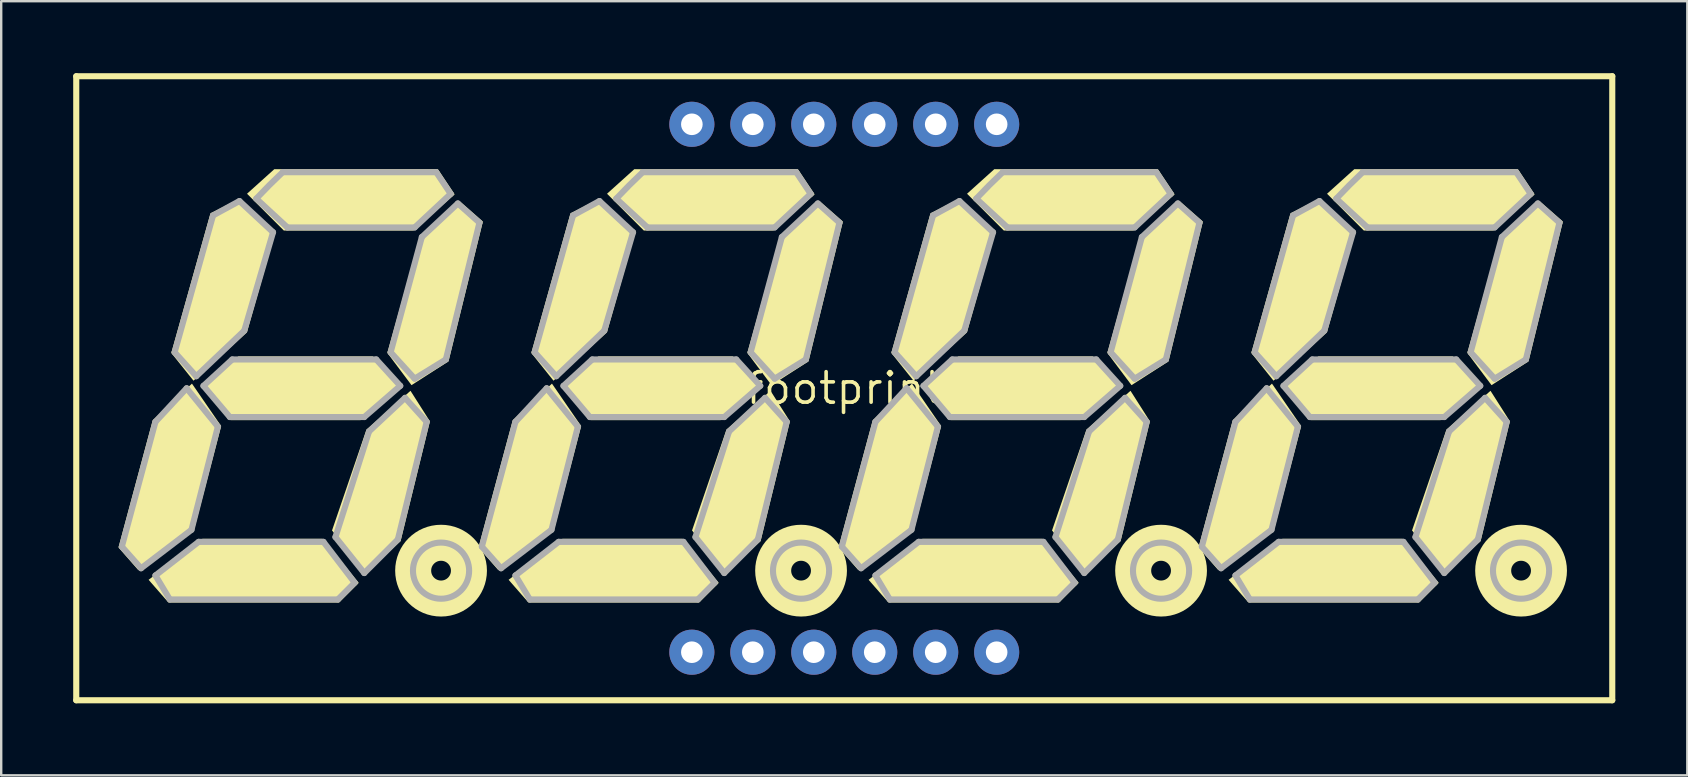
<source format=kicad_pcb>
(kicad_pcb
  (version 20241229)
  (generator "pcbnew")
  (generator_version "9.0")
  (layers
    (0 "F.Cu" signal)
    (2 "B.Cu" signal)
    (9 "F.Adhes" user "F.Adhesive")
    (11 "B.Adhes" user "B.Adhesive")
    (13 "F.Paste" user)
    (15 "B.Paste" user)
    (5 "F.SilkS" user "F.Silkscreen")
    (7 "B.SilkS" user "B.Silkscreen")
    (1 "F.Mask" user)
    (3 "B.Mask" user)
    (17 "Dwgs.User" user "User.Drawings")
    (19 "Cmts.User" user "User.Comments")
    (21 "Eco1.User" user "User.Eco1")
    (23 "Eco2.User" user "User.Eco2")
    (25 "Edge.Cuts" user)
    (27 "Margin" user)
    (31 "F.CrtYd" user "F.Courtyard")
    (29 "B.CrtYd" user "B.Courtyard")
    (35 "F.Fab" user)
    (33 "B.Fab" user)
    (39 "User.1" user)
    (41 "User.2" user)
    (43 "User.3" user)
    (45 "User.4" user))
  (footprint "footprint"
    (layer "F.Cu")
    (at 32.127 13.127)
    (property "Reference" "footprint" (at 0 0 0) (layer "F.SilkS") (effects (font (size 1.27 1.27) (thickness 0.15))))
    (fp_line (start -32 -13) (end 32 -13) (stroke (width 0.254) (type solid)) (layer "F.SilkS"))
    (fp_line (start -32 13) (end -32 -13) (stroke (width 0.254) (type solid)) (layer "F.SilkS"))
    (fp_line (start 32 -13) (end 32 13) (stroke (width 0.254) (type solid)) (layer "F.SilkS"))
    (fp_line (start 32 13) (end -32 13) (stroke (width 0.254) (type solid)) (layer "F.SilkS"))
    (fp_circle (center -16.8 7.6) (end -16.388 7.6) (stroke (width 1.5) (type solid)) (fill no) (layer "F.SilkS"))
    (fp_circle (center -1.8 7.6) (end -1.388 7.6) (stroke (width 1.5) (type solid)) (fill no) (layer "F.SilkS"))
    (fp_circle (center 13.2 7.6) (end 13.612 7.6) (stroke (width 1.5) (type solid)) (fill no) (layer "F.SilkS"))
    (fp_circle (center 28.2 7.6) (end 28.612 7.6) (stroke (width 1.5) (type solid)) (fill no) (layer "F.SilkS"))
    (fp_poly (pts (xy -25.962 1.576) (xy -27.089 5.876) (xy -29.419 7.571) (xy -30.24 6.633) (xy -28.813 1.332) (xy -27.179 -0.193)) (stroke (width 0) (type solid)) (fill yes) (layer "F.SilkS"))
    (fp_poly (pts (xy -23.758 -6.337) (xy -24.888 -2.33) (xy -27.115 -0.315) (xy -28.04 -1.472) (xy -26.407 -7.288) (xy -25.275 -7.855)) (stroke (width 0) (type solid)) (fill yes) (layer "F.SilkS"))
    (fp_poly (pts (xy -20.229 8.108) (xy -21.047 8.927) (xy -28.158 8.927) (xy -28.985 7.981) (xy -26.743 6.273) (xy -21.74 6.273)) (stroke (width 0) (type solid)) (fill yes) (layer "F.SilkS"))
    (fp_poly (pts (xy -18.519 -0.089) (xy -20.153 1.327) (xy -25.563 1.327) (xy -26.675 -0.119) (xy -25.247 -1.327) (xy -19.644 -1.327)) (stroke (width 0) (type solid)) (fill yes) (layer "F.SilkS"))
    (fp_poly (pts (xy -17.264 1.378) (xy -18.486 6.367) (xy -19.913 7.685) (xy -21.343 5.926) (xy -19.909 1.727) (xy -18.073 0.106)) (stroke (width 0) (type solid)) (fill yes) (layer "F.SilkS"))
    (fp_poly (pts (xy -16.233 -8.078) (xy -17.952 -6.573) (xy -23.353 -6.573) (xy -24.884 -8.105) (xy -23.749 -9.127) (xy -16.932 -9.127)) (stroke (width 0) (type solid)) (fill yes) (layer "F.SilkS"))
    (fp_poly (pts (xy -15.058 -6.945) (xy -16.489 -1.121) (xy -18.031 -0.129) (xy -19.039 -1.474) (xy -17.713 -6.169) (xy -16.003 -7.771)) (stroke (width 0) (type solid)) (fill yes) (layer "F.SilkS"))
    (fp_poly (pts (xy -10.962 1.576) (xy -12.089 5.876) (xy -14.419 7.571) (xy -15.24 6.633) (xy -13.813 1.332) (xy -12.179 -0.193)) (stroke (width 0) (type solid)) (fill yes) (layer "F.SilkS"))
    (fp_poly (pts (xy -8.758 -6.337) (xy -9.888 -2.33) (xy -12.115 -0.315) (xy -13.04 -1.472) (xy -11.407 -7.288) (xy -10.275 -7.855)) (stroke (width 0) (type solid)) (fill yes) (layer "F.SilkS"))
    (fp_poly (pts (xy -5.229 8.108) (xy -6.047 8.927) (xy -13.158 8.927) (xy -13.985 7.981) (xy -11.743 6.273) (xy -6.74 6.273)) (stroke (width 0) (type solid)) (fill yes) (layer "F.SilkS"))
    (fp_poly (pts (xy -3.519 -0.089) (xy -5.153 1.327) (xy -10.563 1.327) (xy -11.675 -0.119) (xy -10.247 -1.327) (xy -4.644 -1.327)) (stroke (width 0) (type solid)) (fill yes) (layer "F.SilkS"))
    (fp_poly (pts (xy -2.264 1.378) (xy -3.486 6.367) (xy -4.913 7.685) (xy -6.343 5.926) (xy -4.909 1.727) (xy -3.073 0.106)) (stroke (width 0) (type solid)) (fill yes) (layer "F.SilkS"))
    (fp_poly (pts (xy -1.233 -8.078) (xy -2.952 -6.573) (xy -8.353 -6.573) (xy -9.884 -8.105) (xy -8.749 -9.127) (xy -1.932 -9.127)) (stroke (width 0) (type solid)) (fill yes) (layer "F.SilkS"))
    (fp_poly (pts (xy -0.058 -6.945) (xy -1.489 -1.121) (xy -3.031 -0.129) (xy -4.039 -1.474) (xy -2.713 -6.169) (xy -1.003 -7.771)) (stroke (width 0) (type solid)) (fill yes) (layer "F.SilkS"))
    (fp_poly (pts (xy 4.038 1.576) (xy 2.911 5.876) (xy 0.581 7.571) (xy -0.24 6.633) (xy 1.187 1.332) (xy 2.821 -0.193)) (stroke (width 0) (type solid)) (fill yes) (layer "F.SilkS"))
    (fp_poly (pts (xy 6.242 -6.337) (xy 5.112 -2.33) (xy 2.885 -0.315) (xy 1.96 -1.472) (xy 3.593 -7.288) (xy 4.725 -7.855)) (stroke (width 0) (type solid)) (fill yes) (layer "F.SilkS"))
    (fp_poly (pts (xy 9.771 8.108) (xy 8.953 8.927) (xy 1.842 8.927) (xy 1.015 7.981) (xy 3.257 6.273) (xy 8.26 6.273)) (stroke (width 0) (type solid)) (fill yes) (layer "F.SilkS"))
    (fp_poly (pts (xy 11.481 -0.089) (xy 9.847 1.327) (xy 4.437 1.327) (xy 3.325 -0.119) (xy 4.753 -1.327) (xy 10.356 -1.327)) (stroke (width 0) (type solid)) (fill yes) (layer "F.SilkS"))
    (fp_poly (pts (xy 12.736 1.378) (xy 11.514 6.367) (xy 10.087 7.685) (xy 8.657 5.926) (xy 10.091 1.727) (xy 11.927 0.106)) (stroke (width 0) (type solid)) (fill yes) (layer "F.SilkS"))
    (fp_poly (pts (xy 13.767 -8.078) (xy 12.048 -6.573) (xy 6.647 -6.573) (xy 5.116 -8.105) (xy 6.251 -9.127) (xy 13.068 -9.127)) (stroke (width 0) (type solid)) (fill yes) (layer "F.SilkS"))
    (fp_poly (pts (xy 14.942 -6.945) (xy 13.511 -1.121) (xy 11.969 -0.129) (xy 10.961 -1.474) (xy 12.287 -6.169) (xy 13.997 -7.771)) (stroke (width 0) (type solid)) (fill yes) (layer "F.SilkS"))
    (fp_poly (pts (xy 19.038 1.576) (xy 17.911 5.876) (xy 15.581 7.571) (xy 14.76 6.633) (xy 16.187 1.332) (xy 17.821 -0.193)) (stroke (width 0) (type solid)) (fill yes) (layer "F.SilkS"))
    (fp_poly (pts (xy 21.242 -6.337) (xy 20.112 -2.33) (xy 17.885 -0.315) (xy 16.96 -1.472) (xy 18.593 -7.288) (xy 19.725 -7.855)) (stroke (width 0) (type solid)) (fill yes) (layer "F.SilkS"))
    (fp_poly (pts (xy 24.771 8.108) (xy 23.953 8.927) (xy 16.842 8.927) (xy 16.015 7.981) (xy 18.257 6.273) (xy 23.26 6.273)) (stroke (width 0) (type solid)) (fill yes) (layer "F.SilkS"))
    (fp_poly (pts (xy 26.481 -0.089) (xy 24.847 1.327) (xy 19.437 1.327) (xy 18.325 -0.119) (xy 19.753 -1.327) (xy 25.356 -1.327)) (stroke (width 0) (type solid)) (fill yes) (layer "F.SilkS"))
    (fp_poly (pts (xy 27.736 1.378) (xy 26.514 6.367) (xy 25.087 7.685) (xy 23.657 5.926) (xy 25.091 1.727) (xy 26.927 0.106)) (stroke (width 0) (type solid)) (fill yes) (layer "F.SilkS"))
    (fp_poly (pts (xy 28.767 -8.078) (xy 27.048 -6.573) (xy 21.647 -6.573) (xy 20.116 -8.105) (xy 21.251 -9.127) (xy 28.068 -9.127)) (stroke (width 0) (type solid)) (fill yes) (layer "F.SilkS"))
    (fp_poly (pts (xy 29.942 -6.945) (xy 28.511 -1.121) (xy 26.969 -0.129) (xy 25.961 -1.474) (xy 27.287 -6.169) (xy 28.997 -7.771)) (stroke (width 0) (type solid)) (fill yes) (layer "F.SilkS"))
    (fp_line (start -30.1 6.6) (end -28.7 1.4) (stroke (width 0.254) (type solid)) (layer "F.Fab"))
    (fp_line (start -29.3 7.5) (end -30.1 6.6) (stroke (width 0.254) (type solid)) (layer "F.Fab"))
    (fp_line (start -28.7 1.4) (end -27.4 0) (stroke (width 0.254) (type solid)) (layer "F.Fab"))
    (fp_line (start -28.7 7.8) (end -26.9 6.4) (stroke (width 0.254) (type solid)) (layer "F.Fab"))
    (fp_line (start -28.1 8.8) (end -28.7 7.8) (stroke (width 0.254) (type solid)) (layer "F.Fab"))
    (fp_line (start -27.9 -1.5) (end -26.3 -7.2) (stroke (width 0.254) (type solid)) (layer "F.Fab"))
    (fp_line (start -27.4 0) (end -26.1 1.6) (stroke (width 0.254) (type solid)) (layer "F.Fab"))
    (fp_line (start -27.2 5.9) (end -29.3 7.5) (stroke (width 0.254) (type solid)) (layer "F.Fab"))
    (fp_line (start -27 -0.5) (end -27.9 -1.5) (stroke (width 0.254) (type solid)) (layer "F.Fab"))
    (fp_line (start -26.9 6.4) (end -21.7 6.4) (stroke (width 0.254) (type solid)) (layer "F.Fab"))
    (fp_line (start -26.7 -0.1) (end -25.5 -1.2) (stroke (width 0.254) (type solid)) (layer "F.Fab"))
    (fp_line (start -26.3 -7.2) (end -25.2 -7.8) (stroke (width 0.254) (type solid)) (layer "F.Fab"))
    (fp_line (start -26.1 1.6) (end -27.2 5.9) (stroke (width 0.254) (type solid)) (layer "F.Fab"))
    (fp_line (start -25.6 1.2) (end -26.7 -0.1) (stroke (width 0.254) (type solid)) (layer "F.Fab"))
    (fp_line (start -25.5 -1.2) (end -19.5 -1.2) (stroke (width 0.254) (type solid)) (layer "F.Fab"))
    (fp_line (start -25.2 -7.8) (end -23.8 -6.5) (stroke (width 0.254) (type solid)) (layer "F.Fab"))
    (fp_line (start -25 -2.4) (end -27 -0.5) (stroke (width 0.254) (type solid)) (layer "F.Fab"))
    (fp_line (start -23.8 -6.5) (end -25 -2.4) (stroke (width 0.254) (type solid)) (layer "F.Fab"))
    (fp_line (start -23.4 -9) (end -17 -9) (stroke (width 0.254) (type solid)) (layer "F.Fab"))
    (fp_line (start -23.2 -6.7) (end -24.5 -7.9) (stroke (width 0.254) (type solid)) (layer "F.Fab"))
    (fp_line (start -21.7 6.4) (end -20.4 8.1) (stroke (width 0.254) (type solid)) (layer "F.Fab"))
    (fp_line (start -21.2 6.2) (end -19.8 1.8) (stroke (width 0.254) (type solid)) (layer "F.Fab"))
    (fp_line (start -21.1 8.8) (end -28.1 8.8) (stroke (width 0.254) (type solid)) (layer "F.Fab"))
    (fp_line (start -20.4 8.1) (end -21.1 8.8) (stroke (width 0.254) (type solid)) (layer "F.Fab"))
    (fp_line (start -20 1.2) (end -25.6 1.2) (stroke (width 0.254) (type solid)) (layer "F.Fab"))
    (fp_line (start -20 7.7) (end -21.2 6.2) (stroke (width 0.254) (type solid)) (layer "F.Fab"))
    (fp_line (start -19.8 1.8) (end -18.3 0.4) (stroke (width 0.254) (type solid)) (layer "F.Fab"))
    (fp_line (start -19.5 -1.2) (end -18.5 -0.1) (stroke (width 0.254) (type solid)) (layer "F.Fab"))
    (fp_line (start -18.9 -1.5) (end -17.6 -6.3) (stroke (width 0.254) (type solid)) (layer "F.Fab"))
    (fp_line (start -18.6 6.3) (end -20 7.7) (stroke (width 0.254) (type solid)) (layer "F.Fab"))
    (fp_line (start -18.5 -0.1) (end -20 1.2) (stroke (width 0.254) (type solid)) (layer "F.Fab"))
    (fp_line (start -18.3 0.4) (end -17.4 1.4) (stroke (width 0.254) (type solid)) (layer "F.Fab"))
    (fp_line (start -17.9 -6.7) (end -23.2 -6.7) (stroke (width 0.254) (type solid)) (layer "F.Fab"))
    (fp_line (start -17.9 -0.4) (end -18.9 -1.5) (stroke (width 0.254) (type solid)) (layer "F.Fab"))
    (fp_line (start -17.6 -6.3) (end -16.1 -7.7) (stroke (width 0.254) (type solid)) (layer "F.Fab"))
    (fp_line (start -17.4 1.4) (end -18.6 6.3) (stroke (width 0.254) (type solid)) (layer "F.Fab"))
    (fp_line (start -17 -9) (end -16.4 -8.1) (stroke (width 0.254) (type solid)) (layer "F.Fab"))
    (fp_line (start -16.6 -1.2) (end -17.9 -0.4) (stroke (width 0.254) (type solid)) (layer "F.Fab"))
    (fp_line (start -16.4 -8.1) (end -17.9 -6.7) (stroke (width 0.254) (type solid)) (layer "F.Fab"))
    (fp_line (start -16.1 -7.7) (end -15.2 -6.9) (stroke (width 0.254) (type solid)) (layer "F.Fab"))
    (fp_line (start -15.2 -6.9) (end -16.6 -1.2) (stroke (width 0.254) (type solid)) (layer "F.Fab"))
    (fp_line (start -15.1 6.6) (end -13.7 1.4) (stroke (width 0.254) (type solid)) (layer "F.Fab"))
    (fp_line (start -14.3 7.5) (end -15.1 6.6) (stroke (width 0.254) (type solid)) (layer "F.Fab"))
    (fp_line (start -13.7 1.4) (end -12.4 0) (stroke (width 0.254) (type solid)) (layer "F.Fab"))
    (fp_line (start -13.7 7.8) (end -11.9 6.4) (stroke (width 0.254) (type solid)) (layer "F.Fab"))
    (fp_line (start -13.1 8.8) (end -13.7 7.8) (stroke (width 0.254) (type solid)) (layer "F.Fab"))
    (fp_line (start -12.9 -1.5) (end -11.3 -7.2) (stroke (width 0.254) (type solid)) (layer "F.Fab"))
    (fp_line (start -12.4 0) (end -11.1 1.6) (stroke (width 0.254) (type solid)) (layer "F.Fab"))
    (fp_line (start -12.2 5.9) (end -14.3 7.5) (stroke (width 0.254) (type solid)) (layer "F.Fab"))
    (fp_line (start -12 -0.5) (end -12.9 -1.5) (stroke (width 0.254) (type solid)) (layer "F.Fab"))
    (fp_line (start -11.9 6.4) (end -6.7 6.4) (stroke (width 0.254) (type solid)) (layer "F.Fab"))
    (fp_line (start -11.7 -0.1) (end -10.5 -1.2) (stroke (width 0.254) (type solid)) (layer "F.Fab"))
    (fp_line (start -11.3 -7.2) (end -10.2 -7.8) (stroke (width 0.254) (type solid)) (layer "F.Fab"))
    (fp_line (start -11.1 1.6) (end -12.2 5.9) (stroke (width 0.254) (type solid)) (layer "F.Fab"))
    (fp_line (start -10.6 1.2) (end -11.7 -0.1) (stroke (width 0.254) (type solid)) (layer "F.Fab"))
    (fp_line (start -10.5 -1.2) (end -4.5 -1.2) (stroke (width 0.254) (type solid)) (layer "F.Fab"))
    (fp_line (start -10.2 -7.8) (end -8.8 -6.5) (stroke (width 0.254) (type solid)) (layer "F.Fab"))
    (fp_line (start -10 -2.4) (end -12 -0.5) (stroke (width 0.254) (type solid)) (layer "F.Fab"))
    (fp_line (start -8.8 -6.5) (end -10 -2.4) (stroke (width 0.254) (type solid)) (layer "F.Fab"))
    (fp_line (start -8.4 -9) (end -2 -9) (stroke (width 0.254) (type solid)) (layer "F.Fab"))
    (fp_line (start -8.2 -6.7) (end -9.5 -7.9) (stroke (width 0.254) (type solid)) (layer "F.Fab"))
    (fp_line (start -6.7 6.4) (end -5.4 8.1) (stroke (width 0.254) (type solid)) (layer "F.Fab"))
    (fp_line (start -6.2 6.2) (end -4.8 1.8) (stroke (width 0.254) (type solid)) (layer "F.Fab"))
    (fp_line (start -6.1 8.8) (end -13.1 8.8) (stroke (width 0.254) (type solid)) (layer "F.Fab"))
    (fp_line (start -5.4 8.1) (end -6.1 8.8) (stroke (width 0.254) (type solid)) (layer "F.Fab"))
    (fp_line (start -5 1.2) (end -10.6 1.2) (stroke (width 0.254) (type solid)) (layer "F.Fab"))
    (fp_line (start -5 7.7) (end -6.2 6.2) (stroke (width 0.254) (type solid)) (layer "F.Fab"))
    (fp_line (start -4.8 1.8) (end -3.3 0.4) (stroke (width 0.254) (type solid)) (layer "F.Fab"))
    (fp_line (start -4.5 -1.2) (end -3.5 -0.1) (stroke (width 0.254) (type solid)) (layer "F.Fab"))
    (fp_line (start -3.9 -1.5) (end -2.6 -6.3) (stroke (width 0.254) (type solid)) (layer "F.Fab"))
    (fp_line (start -3.6 6.3) (end -5 7.7) (stroke (width 0.254) (type solid)) (layer "F.Fab"))
    (fp_line (start -3.5 -0.1) (end -5 1.2) (stroke (width 0.254) (type solid)) (layer "F.Fab"))
    (fp_line (start -3.3 0.4) (end -2.4 1.4) (stroke (width 0.254) (type solid)) (layer "F.Fab"))
    (fp_line (start -2.9 -6.7) (end -8.2 -6.7) (stroke (width 0.254) (type solid)) (layer "F.Fab"))
    (fp_line (start -2.9 -0.4) (end -3.9 -1.5) (stroke (width 0.254) (type solid)) (layer "F.Fab"))
    (fp_line (start -2.6 -6.3) (end -1.1 -7.7) (stroke (width 0.254) (type solid)) (layer "F.Fab"))
    (fp_line (start -2.4 1.4) (end -3.6 6.3) (stroke (width 0.254) (type solid)) (layer "F.Fab"))
    (fp_line (start -2 -9) (end -1.4 -8.1) (stroke (width 0.254) (type solid)) (layer "F.Fab"))
    (fp_line (start -1.6 -1.2) (end -2.9 -0.4) (stroke (width 0.254) (type solid)) (layer "F.Fab"))
    (fp_line (start -1.4 -8.1) (end -2.9 -6.7) (stroke (width 0.254) (type solid)) (layer "F.Fab"))
    (fp_line (start -1.1 -7.7) (end -0.2 -6.9) (stroke (width 0.254) (type solid)) (layer "F.Fab"))
    (fp_line (start -0.2 -6.9) (end -1.6 -1.2) (stroke (width 0.254) (type solid)) (layer "F.Fab"))
    (fp_line (start -0.1 6.6) (end 1.3 1.4) (stroke (width 0.254) (type solid)) (layer "F.Fab"))
    (fp_line (start 0.7 7.5) (end -0.1 6.6) (stroke (width 0.254) (type solid)) (layer "F.Fab"))
    (fp_line (start 1.3 1.4) (end 2.6 0) (stroke (width 0.254) (type solid)) (layer "F.Fab"))
    (fp_line (start 1.3 7.8) (end 3.1 6.4) (stroke (width 0.254) (type solid)) (layer "F.Fab"))
    (fp_line (start 1.9 8.8) (end 1.3 7.8) (stroke (width 0.254) (type solid)) (layer "F.Fab"))
    (fp_line (start 2.1 -1.5) (end 3.7 -7.2) (stroke (width 0.254) (type solid)) (layer "F.Fab"))
    (fp_line (start 2.6 0) (end 3.9 1.6) (stroke (width 0.254) (type solid)) (layer "F.Fab"))
    (fp_line (start 2.8 5.9) (end 0.7 7.5) (stroke (width 0.254) (type solid)) (layer "F.Fab"))
    (fp_line (start 3 -0.5) (end 2.1 -1.5) (stroke (width 0.254) (type solid)) (layer "F.Fab"))
    (fp_line (start 3.1 6.4) (end 8.3 6.4) (stroke (width 0.254) (type solid)) (layer "F.Fab"))
    (fp_line (start 3.3 -0.1) (end 4.5 -1.2) (stroke (width 0.254) (type solid)) (layer "F.Fab"))
    (fp_line (start 3.7 -7.2) (end 4.8 -7.8) (stroke (width 0.254) (type solid)) (layer "F.Fab"))
    (fp_line (start 3.9 1.6) (end 2.8 5.9) (stroke (width 0.254) (type solid)) (layer "F.Fab"))
    (fp_line (start 4.4 1.2) (end 3.3 -0.1) (stroke (width 0.254) (type solid)) (layer "F.Fab"))
    (fp_line (start 4.5 -1.2) (end 10.5 -1.2) (stroke (width 0.254) (type solid)) (layer "F.Fab"))
    (fp_line (start 4.8 -7.8) (end 6.2 -6.5) (stroke (width 0.254) (type solid)) (layer "F.Fab"))
    (fp_line (start 5 -2.4) (end 3 -0.5) (stroke (width 0.254) (type solid)) (layer "F.Fab"))
    (fp_line (start 6.2 -6.5) (end 5 -2.4) (stroke (width 0.254) (type solid)) (layer "F.Fab"))
    (fp_line (start 6.6 -9) (end 13 -9) (stroke (width 0.254) (type solid)) (layer "F.Fab"))
    (fp_line (start 6.8 -6.7) (end 5.5 -7.9) (stroke (width 0.254) (type solid)) (layer "F.Fab"))
    (fp_line (start 8.3 6.4) (end 9.6 8.1) (stroke (width 0.254) (type solid)) (layer "F.Fab"))
    (fp_line (start 8.8 6.2) (end 10.2 1.8) (stroke (width 0.254) (type solid)) (layer "F.Fab"))
    (fp_line (start 8.9 8.8) (end 1.9 8.8) (stroke (width 0.254) (type solid)) (layer "F.Fab"))
    (fp_line (start 9.6 8.1) (end 8.9 8.8) (stroke (width 0.254) (type solid)) (layer "F.Fab"))
    (fp_line (start 10 1.2) (end 4.4 1.2) (stroke (width 0.254) (type solid)) (layer "F.Fab"))
    (fp_line (start 10 7.7) (end 8.8 6.2) (stroke (width 0.254) (type solid)) (layer "F.Fab"))
    (fp_line (start 10.2 1.8) (end 11.7 0.4) (stroke (width 0.254) (type solid)) (layer "F.Fab"))
    (fp_line (start 10.5 -1.2) (end 11.5 -0.1) (stroke (width 0.254) (type solid)) (layer "F.Fab"))
    (fp_line (start 11.1 -1.5) (end 12.4 -6.3) (stroke (width 0.254) (type solid)) (layer "F.Fab"))
    (fp_line (start 11.4 6.3) (end 10 7.7) (stroke (width 0.254) (type solid)) (layer "F.Fab"))
    (fp_line (start 11.5 -0.1) (end 10 1.2) (stroke (width 0.254) (type solid)) (layer "F.Fab"))
    (fp_line (start 11.7 0.4) (end 12.6 1.4) (stroke (width 0.254) (type solid)) (layer "F.Fab"))
    (fp_line (start 12.1 -6.7) (end 6.8 -6.7) (stroke (width 0.254) (type solid)) (layer "F.Fab"))
    (fp_line (start 12.1 -0.4) (end 11.1 -1.5) (stroke (width 0.254) (type solid)) (layer "F.Fab"))
    (fp_line (start 12.4 -6.3) (end 13.9 -7.7) (stroke (width 0.254) (type solid)) (layer "F.Fab"))
    (fp_line (start 12.6 1.4) (end 11.4 6.3) (stroke (width 0.254) (type solid)) (layer "F.Fab"))
    (fp_line (start 13 -9) (end 13.6 -8.1) (stroke (width 0.254) (type solid)) (layer "F.Fab"))
    (fp_line (start 13.4 -1.2) (end 12.1 -0.4) (stroke (width 0.254) (type solid)) (layer "F.Fab"))
    (fp_line (start 13.6 -8.1) (end 12.1 -6.7) (stroke (width 0.254) (type solid)) (layer "F.Fab"))
    (fp_line (start 13.9 -7.7) (end 14.8 -6.9) (stroke (width 0.254) (type solid)) (layer "F.Fab"))
    (fp_line (start 14.8 -6.9) (end 13.4 -1.2) (stroke (width 0.254) (type solid)) (layer "F.Fab"))
    (fp_line (start 14.9 6.6) (end 16.3 1.4) (stroke (width 0.254) (type solid)) (layer "F.Fab"))
    (fp_line (start 15.7 7.5) (end 14.9 6.6) (stroke (width 0.254) (type solid)) (layer "F.Fab"))
    (fp_line (start 16.3 1.4) (end 17.6 0) (stroke (width 0.254) (type solid)) (layer "F.Fab"))
    (fp_line (start 16.3 7.8) (end 18.1 6.4) (stroke (width 0.254) (type solid)) (layer "F.Fab"))
    (fp_line (start 16.9 8.8) (end 16.3 7.8) (stroke (width 0.254) (type solid)) (layer "F.Fab"))
    (fp_line (start 17.1 -1.5) (end 18.7 -7.2) (stroke (width 0.254) (type solid)) (layer "F.Fab"))
    (fp_line (start 17.6 0) (end 18.9 1.6) (stroke (width 0.254) (type solid)) (layer "F.Fab"))
    (fp_line (start 17.8 5.9) (end 15.7 7.5) (stroke (width 0.254) (type solid)) (layer "F.Fab"))
    (fp_line (start 18 -0.5) (end 17.1 -1.5) (stroke (width 0.254) (type solid)) (layer "F.Fab"))
    (fp_line (start 18.1 6.4) (end 23.3 6.4) (stroke (width 0.254) (type solid)) (layer "F.Fab"))
    (fp_line (start 18.3 -0.1) (end 19.5 -1.2) (stroke (width 0.254) (type solid)) (layer "F.Fab"))
    (fp_line (start 18.7 -7.2) (end 19.8 -7.8) (stroke (width 0.254) (type solid)) (layer "F.Fab"))
    (fp_line (start 18.9 1.6) (end 17.8 5.9) (stroke (width 0.254) (type solid)) (layer "F.Fab"))
    (fp_line (start 19.4 1.2) (end 18.3 -0.1) (stroke (width 0.254) (type solid)) (layer "F.Fab"))
    (fp_line (start 19.5 -1.2) (end 25.5 -1.2) (stroke (width 0.254) (type solid)) (layer "F.Fab"))
    (fp_line (start 19.8 -7.8) (end 21.2 -6.5) (stroke (width 0.254) (type solid)) (layer "F.Fab"))
    (fp_line (start 20 -2.4) (end 18 -0.5) (stroke (width 0.254) (type solid)) (layer "F.Fab"))
    (fp_line (start 21.2 -6.5) (end 20 -2.4) (stroke (width 0.254) (type solid)) (layer "F.Fab"))
    (fp_line (start 21.6 -9) (end 28 -9) (stroke (width 0.254) (type solid)) (layer "F.Fab"))
    (fp_line (start 21.8 -6.7) (end 20.5 -7.9) (stroke (width 0.254) (type solid)) (layer "F.Fab"))
    (fp_line (start 23.3 6.4) (end 24.6 8.1) (stroke (width 0.254) (type solid)) (layer "F.Fab"))
    (fp_line (start 23.8 6.2) (end 25.2 1.8) (stroke (width 0.254) (type solid)) (layer "F.Fab"))
    (fp_line (start 23.9 8.8) (end 16.9 8.8) (stroke (width 0.254) (type solid)) (layer "F.Fab"))
    (fp_line (start 24.6 8.1) (end 23.9 8.8) (stroke (width 0.254) (type solid)) (layer "F.Fab"))
    (fp_line (start 25 1.2) (end 19.4 1.2) (stroke (width 0.254) (type solid)) (layer "F.Fab"))
    (fp_line (start 25 7.7) (end 23.8 6.2) (stroke (width 0.254) (type solid)) (layer "F.Fab"))
    (fp_line (start 25.2 1.8) (end 26.7 0.4) (stroke (width 0.254) (type solid)) (layer "F.Fab"))
    (fp_line (start 25.5 -1.2) (end 26.5 -0.1) (stroke (width 0.254) (type solid)) (layer "F.Fab"))
    (fp_line (start 26.1 -1.5) (end 27.4 -6.3) (stroke (width 0.254) (type solid)) (layer "F.Fab"))
    (fp_line (start 26.4 6.3) (end 25 7.7) (stroke (width 0.254) (type solid)) (layer "F.Fab"))
    (fp_line (start 26.5 -0.1) (end 25 1.2) (stroke (width 0.254) (type solid)) (layer "F.Fab"))
    (fp_line (start 26.7 0.4) (end 27.6 1.4) (stroke (width 0.254) (type solid)) (layer "F.Fab"))
    (fp_line (start 27.1 -6.7) (end 21.8 -6.7) (stroke (width 0.254) (type solid)) (layer "F.Fab"))
    (fp_line (start 27.1 -0.4) (end 26.1 -1.5) (stroke (width 0.254) (type solid)) (layer "F.Fab"))
    (fp_line (start 27.4 -6.3) (end 28.9 -7.7) (stroke (width 0.254) (type solid)) (layer "F.Fab"))
    (fp_line (start 27.6 1.4) (end 26.4 6.3) (stroke (width 0.254) (type solid)) (layer "F.Fab"))
    (fp_line (start 28 -9) (end 28.6 -8.1) (stroke (width 0.254) (type solid)) (layer "F.Fab"))
    (fp_line (start 28.4 -1.2) (end 27.1 -0.4) (stroke (width 0.254) (type solid)) (layer "F.Fab"))
    (fp_line (start 28.6 -8.1) (end 27.1 -6.7) (stroke (width 0.254) (type solid)) (layer "F.Fab"))
    (fp_line (start 28.9 -7.7) (end 29.8 -6.9) (stroke (width 0.254) (type solid)) (layer "F.Fab"))
    (fp_line (start 29.8 -6.9) (end 28.4 -1.2) (stroke (width 0.254) (type solid)) (layer "F.Fab"))
    (fp_arc (start -24.5 -7.9) (mid -23.958592 -8.458592) (end -23.4 -9) (stroke (width 0.254) (type solid)) (layer "F.Fab"))
    (fp_arc (start -9.5 -7.9) (mid -8.958592 -8.458592) (end -8.4 -9) (stroke (width 0.254) (type solid)) (layer "F.Fab"))
    (fp_arc (start 5.5 -7.9) (mid 6.041408 -8.458592) (end 6.6 -9) (stroke (width 0.254) (type solid)) (layer "F.Fab"))
    (fp_arc (start 20.5 -7.9) (mid 21.041408 -8.458592) (end 21.6 -9) (stroke (width 0.254) (type solid)) (layer "F.Fab"))
    (fp_circle (center -16.8 7.6) (end -15.63 7.6) (stroke (width 0.254) (type solid)) (fill no) (layer "F.Fab"))
    (fp_circle (center -1.8 7.6) (end -0.63 7.6) (stroke (width 0.254) (type solid)) (fill no) (layer "F.Fab"))
    (fp_circle (center 13.2 7.6) (end 14.37 7.6) (stroke (width 0.254) (type solid)) (fill no) (layer "F.Fab"))
    (fp_circle (center 28.2 7.6) (end 29.37 7.6) (stroke (width 0.254) (type solid)) (fill no) (layer "F.Fab"))
    (pad "1" thru_hole circle (at -6.35 10.998) (size 1.88 1.88) (drill 0.9) (layers "*.Cu" "*.Mask"))
    (pad "2" thru_hole circle (at -3.81 10.998) (size 1.88 1.88) (drill 0.9) (layers "*.Cu" "*.Mask"))
    (pad "3" thru_hole circle (at -1.27 10.998) (size 1.88 1.88) (drill 0.9) (layers "*.Cu" "*.Mask"))
    (pad "4" thru_hole circle (at 1.27 10.998) (size 1.88 1.88) (drill 0.9) (layers "*.Cu" "*.Mask"))
    (pad "5" thru_hole circle (at 3.81 10.998) (size 1.88 1.88) (drill 0.9) (layers "*.Cu" "*.Mask"))
    (pad "6" thru_hole circle (at 6.35 10.998) (size 1.88 1.88) (drill 0.9) (layers "*.Cu" "*.Mask"))
    (pad "7" thru_hole circle (at 6.35 -10.998) (size 1.88 1.88) (drill 0.9) (layers "*.Cu" "*.Mask"))
    (pad "8" thru_hole circle (at 3.81 -10.998) (size 1.88 1.88) (drill 0.9) (layers "*.Cu" "*.Mask"))
    (pad "9" thru_hole circle (at 1.27 -10.998) (size 1.88 1.88) (drill 0.9) (layers "*.Cu" "*.Mask"))
    (pad "10" thru_hole circle (at -1.27 -10.998) (size 1.88 1.88) (drill 0.9) (layers "*.Cu" "*.Mask"))
    (pad "11" thru_hole circle (at -3.81 -10.998) (size 1.88 1.88) (drill 0.9) (layers "*.Cu" "*.Mask"))
    (pad "12" thru_hole circle (at -6.35 -10.998) (size 1.88 1.88) (drill 0.9) (layers "*.Cu" "*.Mask")))
  (gr_rect
    (start -3 -3)
    (end 67.254 29.254)
    (stroke (width 0.1) (type default))
    (fill no)
    (layer "Edge.Cuts")))
</source>
